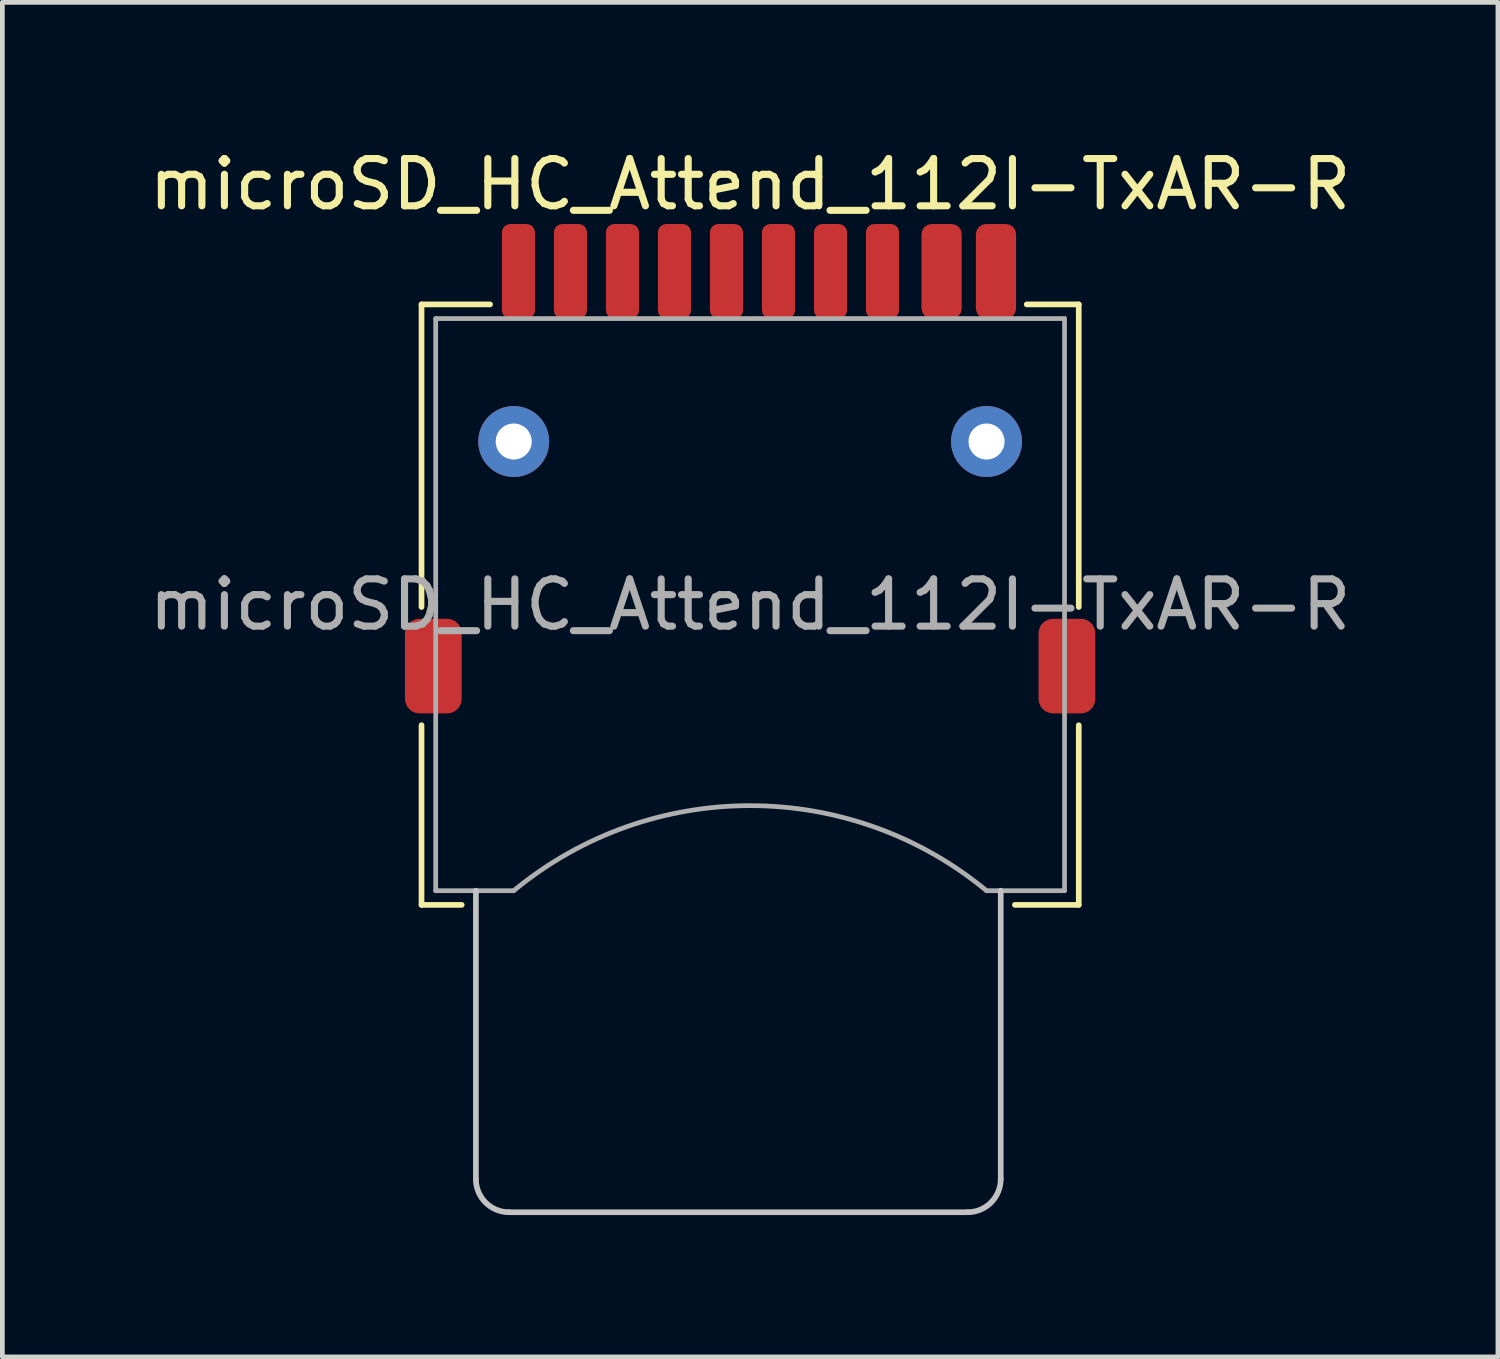
<source format=kicad_pcb>
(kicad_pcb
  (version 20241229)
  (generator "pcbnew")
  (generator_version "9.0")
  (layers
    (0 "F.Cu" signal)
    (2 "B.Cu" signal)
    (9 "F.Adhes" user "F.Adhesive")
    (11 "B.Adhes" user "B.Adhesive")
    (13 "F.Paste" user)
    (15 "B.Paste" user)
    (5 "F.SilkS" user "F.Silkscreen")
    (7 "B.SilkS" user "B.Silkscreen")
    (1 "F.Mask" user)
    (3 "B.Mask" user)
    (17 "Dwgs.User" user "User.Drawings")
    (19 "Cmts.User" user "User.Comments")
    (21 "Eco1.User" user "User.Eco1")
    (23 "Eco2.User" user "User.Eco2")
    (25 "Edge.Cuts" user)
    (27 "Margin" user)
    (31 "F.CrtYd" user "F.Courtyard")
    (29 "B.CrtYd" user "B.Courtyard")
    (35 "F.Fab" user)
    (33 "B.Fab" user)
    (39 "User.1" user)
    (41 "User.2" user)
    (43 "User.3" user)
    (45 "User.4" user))
  (footprint "microSD_HC_Attend_112I-TxAR-R"
    (layer "F.Cu")
    (at 12.815 9.738)
    (property "Reference" "microSD_HC_Attend_112I-TxAR-R" (at 0 -8.89 0) (layer "F.SilkS") (effects (font (size 1 1) (thickness 0.15))))
    (attr through_hole)
    (fp_line (start -6.95 -6.35) (end -6.95 0.05) (stroke (width 0.12) (type solid)) (layer "F.SilkS"))
    (fp_line (start -6.95 2.55) (end -6.95 6.35) (stroke (width 0.12) (type solid)) (layer "F.SilkS"))
    (fp_line (start -6.95 6.35) (end -6.1 6.35) (stroke (width 0.12) (type solid)) (layer "F.SilkS"))
    (fp_line (start -5.5 -6.35) (end -6.95 -6.35) (stroke (width 0.12) (type solid)) (layer "F.SilkS"))
    (fp_line (start 6.95 -6.35) (end 5.85 -6.35) (stroke (width 0.12) (type solid)) (layer "F.SilkS"))
    (fp_line (start 6.95 0.05) (end 6.95 -6.35) (stroke (width 0.12) (type solid)) (layer "F.SilkS"))
    (fp_line (start 6.95 6.35) (end 5.6 6.35) (stroke (width 0.12) (type solid)) (layer "F.SilkS"))
    (fp_line (start 6.95 6.35) (end 6.95 2.55) (stroke (width 0.12) (type solid)) (layer "F.SilkS"))
    (fp_line (start -5.8 12.15) (end -5.8 6.05) (stroke (width 0.12) (type solid)) (layer "Dwgs.User"))
    (fp_line (start 4.6 12.85) (end -5.1 12.85) (stroke (width 0.12) (type solid)) (layer "Dwgs.User"))
    (fp_line (start 5.3 12.15) (end 5.3 6.05) (stroke (width 0.12) (type solid)) (layer "Dwgs.User"))
    (fp_arc (start -5.1 12.85) (mid -5.594975 12.644975) (end -5.8 12.15) (stroke (width 0.12) (type solid)) (layer "Dwgs.User"))
    (fp_arc (start 5.3 12.15) (mid 5.094975 12.644975) (end 4.6 12.85) (stroke (width 0.12) (type solid)) (layer "Dwgs.User"))
    (fp_line (start -6.65 -6.05) (end -6.65 6.05) (stroke (width 0.1) (type solid)) (layer "F.Fab"))
    (fp_line (start -6.65 6.05) (end -5 6.05) (stroke (width 0.1) (type solid)) (layer "F.Fab"))
    (fp_line (start 6.65 -6.05) (end -6.65 -6.05) (stroke (width 0.1) (type solid)) (layer "F.Fab"))
    (fp_line (start 6.65 -6.05) (end 6.65 6.05) (stroke (width 0.1) (type solid)) (layer "F.Fab"))
    (fp_line (start 6.65 6.05) (end 5 6.05) (stroke (width 0.1) (type solid)) (layer "F.Fab"))
    (fp_arc (start -4.995372 6.04618) (mid 0.003 4.251276) (end 4.999999 6.050001) (stroke (width 0.1) (type solid)) (layer "F.Fab"))
    (fp_text user "${REFERENCE}" (at 0 0 0) (layer "F.Fab") (effects (font (size 1 1) (thickness 0.15))))
    (pad "" np_thru_hole circle (at -5 -3.45 180) (size 1.5 1.5) (drill 0.762) (layers "*.Cu" "*.Mask"))
    (pad "" np_thru_hole circle (at 5 -3.45 180) (size 1.5 1.5) (drill 0.762) (layers "*.Cu" "*.Mask"))
    (pad "1" smd roundrect (at 2.8 -7.05) (size 0.7 2) (layers "F.Cu" "F.Mask" "F.Paste") (roundrect_rratio 0.25))
    (pad "2" smd roundrect (at 1.7 -7.05) (size 0.7 2) (layers "F.Cu" "F.Mask" "F.Paste") (roundrect_rratio 0.25))
    (pad "3" smd roundrect (at 0.6 -7.05) (size 0.7 2) (layers "F.Cu" "F.Mask" "F.Paste") (roundrect_rratio 0.25))
    (pad "4" smd roundrect (at -0.5 -7.05) (size 0.7 2) (layers "F.Cu" "F.Mask" "F.Paste") (roundrect_rratio 0.25))
    (pad "5" smd roundrect (at -1.6 -7.05) (size 0.7 2) (layers "F.Cu" "F.Mask" "F.Paste") (roundrect_rratio 0.25))
    (pad "6" smd roundrect (at -2.7 -7.05) (size 0.7 2) (layers "F.Cu" "F.Mask" "F.Paste") (roundrect_rratio 0.25))
    (pad "7" smd roundrect (at -3.8 -7.05) (size 0.7 2) (layers "F.Cu" "F.Mask" "F.Paste") (roundrect_rratio 0.25))
    (pad "8" smd roundrect (at -4.9 -7.05) (size 0.7 2) (layers "F.Cu" "F.Mask" "F.Paste") (roundrect_rratio 0.25))
    (pad "9" smd roundrect (at 4.05 -7.05) (size 0.85 2) (layers "F.Cu" "F.Mask" "F.Paste") (roundrect_rratio 0.25))
    (pad "10" smd roundrect (at 5.2 -7.05) (size 0.85 2) (layers "F.Cu" "F.Mask" "F.Paste") (roundrect_rratio 0.25))
    (pad "11" smd roundrect (at -6.7 1.3) (size 1.2 2) (layers "F.Cu" "F.Mask" "F.Paste") (roundrect_rratio 0.25))
    (pad "11" smd roundrect (at 6.7 1.3) (size 1.2 2) (layers "F.Cu" "F.Mask" "F.Paste") (roundrect_rratio 0.25)))
  (gr_rect
    (start -3 -3)
    (end 28.631 25.648)
    (stroke (width 0.1) (type default))
    (fill no)
    (layer "Edge.Cuts")))
</source>
